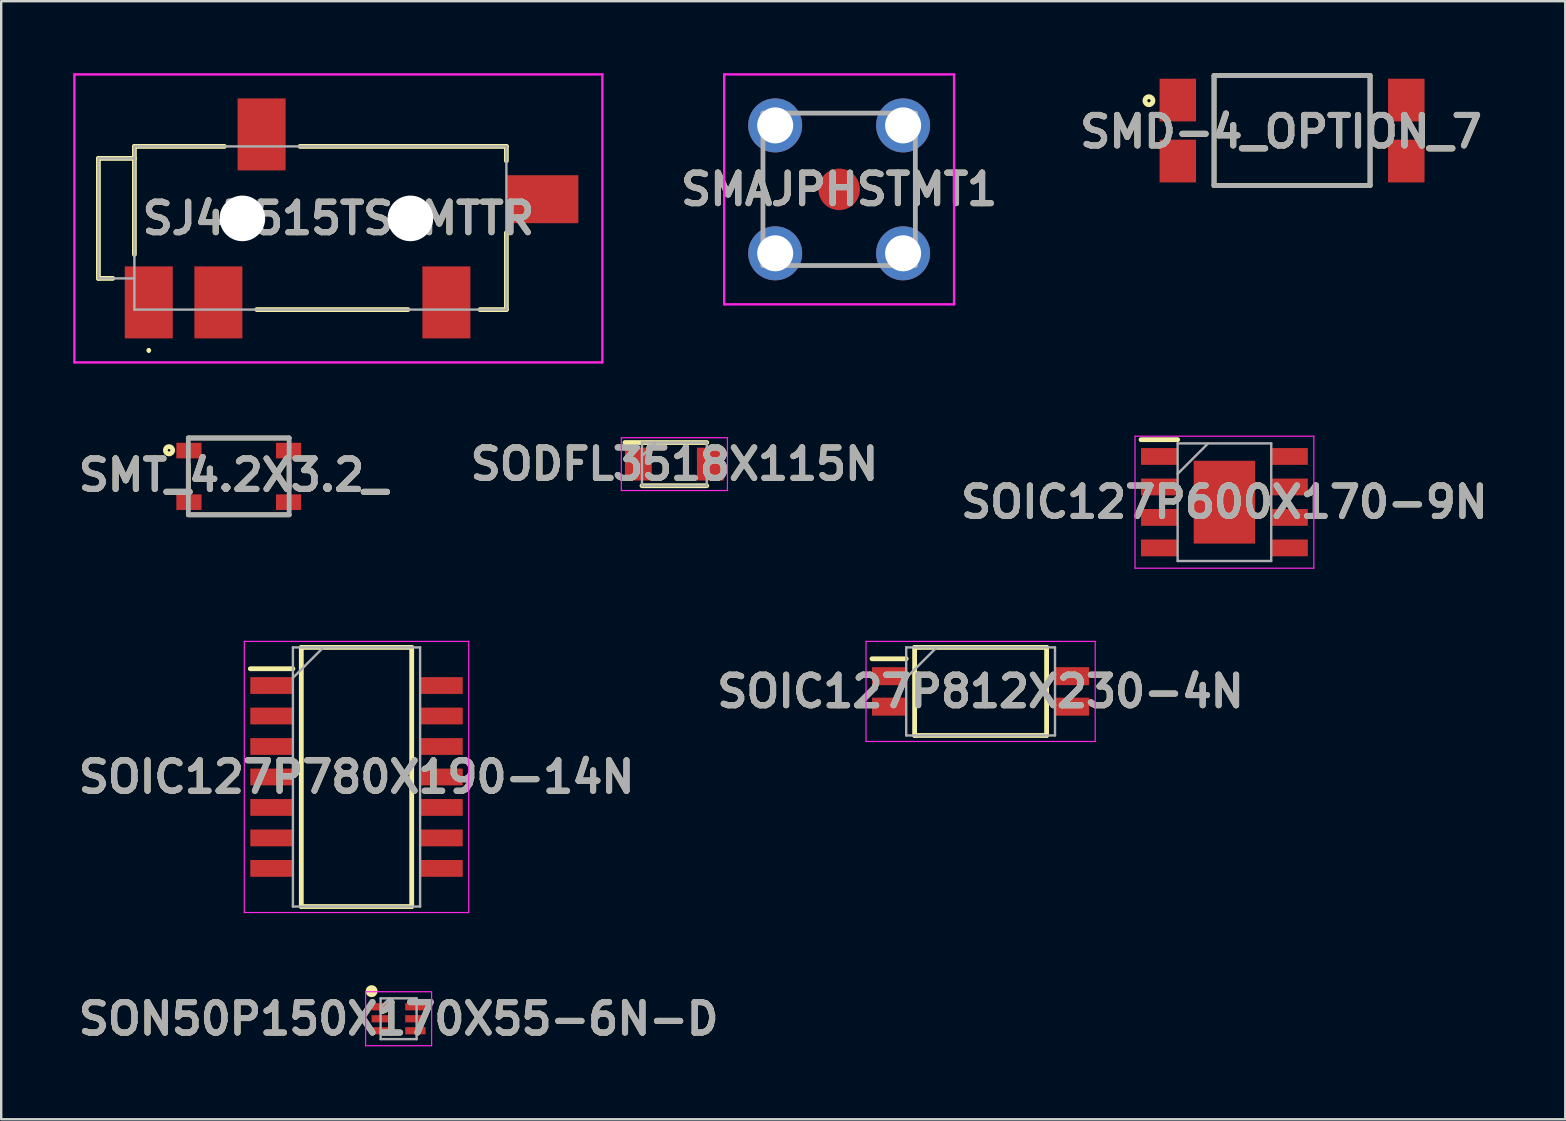
<source format=kicad_pcb>
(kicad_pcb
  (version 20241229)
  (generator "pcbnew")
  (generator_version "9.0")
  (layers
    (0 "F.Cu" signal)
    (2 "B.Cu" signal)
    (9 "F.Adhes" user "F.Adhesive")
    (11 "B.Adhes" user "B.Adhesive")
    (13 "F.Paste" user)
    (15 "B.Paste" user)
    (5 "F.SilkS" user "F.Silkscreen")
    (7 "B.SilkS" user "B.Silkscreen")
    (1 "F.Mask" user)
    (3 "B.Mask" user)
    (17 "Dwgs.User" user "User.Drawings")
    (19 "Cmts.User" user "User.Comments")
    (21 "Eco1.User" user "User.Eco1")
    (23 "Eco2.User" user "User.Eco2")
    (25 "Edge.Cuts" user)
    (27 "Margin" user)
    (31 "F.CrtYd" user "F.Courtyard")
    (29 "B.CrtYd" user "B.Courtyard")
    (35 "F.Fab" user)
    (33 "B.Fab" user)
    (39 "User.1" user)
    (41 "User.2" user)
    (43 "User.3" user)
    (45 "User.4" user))
  (footprint "SODFL3518X115N"
    (layer "F.Cu")
    (at 25.05 16.289)
    (property "Reference" "SODFL3518X115N" (at 0 0 0) (layer "F.SilkS") (effects (font (size 1.27 1.27) (thickness 0.254))))
    (attr smd)
    (fp_line (start -2.06 -0.9) (end 1.35 -0.9) (stroke (width 0.2) (type solid)) (layer "F.SilkS"))
    (fp_line (start -1.35 0.9) (end 1.35 0.9) (stroke (width 0.2) (type solid)) (layer "F.SilkS"))
    (fp_line (start -2.21 -1.1) (end 2.21 -1.1) (stroke (width 0.05) (type solid)) (layer "F.CrtYd"))
    (fp_line (start -2.21 1.1) (end -2.21 -1.1) (stroke (width 0.05) (type solid)) (layer "F.CrtYd"))
    (fp_line (start 2.21 -1.1) (end 2.21 1.1) (stroke (width 0.05) (type solid)) (layer "F.CrtYd"))
    (fp_line (start 2.21 1.1) (end -2.21 1.1) (stroke (width 0.05) (type solid)) (layer "F.CrtYd"))
    (fp_line (start -1.35 -0.9) (end 1.35 -0.9) (stroke (width 0.1) (type solid)) (layer "F.Fab"))
    (fp_line (start -1.35 -0.34) (end -0.79 -0.9) (stroke (width 0.1) (type solid)) (layer "F.Fab"))
    (fp_line (start -1.35 0.9) (end -1.35 -0.9) (stroke (width 0.1) (type solid)) (layer "F.Fab"))
    (fp_line (start 1.35 -0.9) (end 1.35 0.9) (stroke (width 0.1) (type solid)) (layer "F.Fab"))
    (fp_line (start 1.35 0.9) (end -1.35 0.9) (stroke (width 0.1) (type solid)) (layer "F.Fab"))
    (fp_text user "${REFERENCE}" (at 0 0 0) (layer "F.Fab") (effects (font (size 1.27 1.27) (thickness 0.254))))
    (pad "1" smd rect (at -1.5 0) (size 1.12 1.37) (layers "F.Cu" "F.Mask" "F.Paste"))
    (pad "2" smd rect (at 1.5 0) (size 1.12 1.37) (layers "F.Cu" "F.Mask" "F.Paste")))
  (footprint "SOIC127P780X190-14N"
    (layer "F.Cu")
    (at 11.805 29.325)
    (property "Reference" "SOIC127P780X190-14N" (at 0 0 0) (layer "F.SilkS") (effects (font (size 1.27 1.27) (thickness 0.254))))
    (attr smd)
    (fp_line (start -4.425 -4.51) (end -2.65 -4.51) (stroke (width 0.2) (type solid)) (layer "F.SilkS"))
    (fp_line (start -2.3 -5.4) (end 2.3 -5.4) (stroke (width 0.2) (type solid)) (layer "F.SilkS"))
    (fp_line (start -2.3 5.4) (end -2.3 -5.4) (stroke (width 0.2) (type solid)) (layer "F.SilkS"))
    (fp_line (start 2.3 -5.4) (end 2.3 5.4) (stroke (width 0.2) (type solid)) (layer "F.SilkS"))
    (fp_line (start 2.3 5.4) (end -2.3 5.4) (stroke (width 0.2) (type solid)) (layer "F.SilkS"))
    (fp_line (start -4.675 -5.65) (end 4.675 -5.65) (stroke (width 0.05) (type solid)) (layer "F.CrtYd"))
    (fp_line (start -4.675 5.65) (end -4.675 -5.65) (stroke (width 0.05) (type solid)) (layer "F.CrtYd"))
    (fp_line (start 4.675 -5.65) (end 4.675 5.65) (stroke (width 0.05) (type solid)) (layer "F.CrtYd"))
    (fp_line (start 4.675 5.65) (end -4.675 5.65) (stroke (width 0.05) (type solid)) (layer "F.CrtYd"))
    (fp_line (start -2.65 -5.4) (end 2.65 -5.4) (stroke (width 0.1) (type solid)) (layer "F.Fab"))
    (fp_line (start -2.65 -4.13) (end -1.38 -5.4) (stroke (width 0.1) (type solid)) (layer "F.Fab"))
    (fp_line (start -2.65 5.4) (end -2.65 -5.4) (stroke (width 0.1) (type solid)) (layer "F.Fab"))
    (fp_line (start 2.65 -5.4) (end 2.65 5.4) (stroke (width 0.1) (type solid)) (layer "F.Fab"))
    (fp_line (start 2.65 5.4) (end -2.65 5.4) (stroke (width 0.1) (type solid)) (layer "F.Fab"))
    (fp_text user "${REFERENCE}" (at 0 0 0) (layer "F.Fab") (effects (font (size 1.27 1.27) (thickness 0.254))))
    (pad "1" smd rect (at -3.538 -3.81 90) (size 0.7 1.775) (layers "F.Cu" "F.Mask" "F.Paste"))
    (pad "2" smd rect (at -3.538 -2.54 90) (size 0.7 1.775) (layers "F.Cu" "F.Mask" "F.Paste"))
    (pad "3" smd rect (at -3.538 -1.27 90) (size 0.7 1.775) (layers "F.Cu" "F.Mask" "F.Paste"))
    (pad "4" smd rect (at -3.538 0 90) (size 0.7 1.775) (layers "F.Cu" "F.Mask" "F.Paste"))
    (pad "5" smd rect (at -3.538 1.27 90) (size 0.7 1.775) (layers "F.Cu" "F.Mask" "F.Paste"))
    (pad "6" smd rect (at -3.538 2.54 90) (size 0.7 1.775) (layers "F.Cu" "F.Mask" "F.Paste"))
    (pad "7" smd rect (at -3.538 3.81 90) (size 0.7 1.775) (layers "F.Cu" "F.Mask" "F.Paste"))
    (pad "8" smd rect (at 3.538 3.81 90) (size 0.7 1.775) (layers "F.Cu" "F.Mask" "F.Paste"))
    (pad "9" smd rect (at 3.538 2.54 90) (size 0.7 1.775) (layers "F.Cu" "F.Mask" "F.Paste"))
    (pad "10" smd rect (at 3.538 1.27 90) (size 0.7 1.775) (layers "F.Cu" "F.Mask" "F.Paste"))
    (pad "11" smd rect (at 3.538 0 90) (size 0.7 1.775) (layers "F.Cu" "F.Mask" "F.Paste"))
    (pad "12" smd rect (at 3.538 -1.27 90) (size 0.7 1.775) (layers "F.Cu" "F.Mask" "F.Paste"))
    (pad "13" smd rect (at 3.538 -2.54 90) (size 0.7 1.775) (layers "F.Cu" "F.Mask" "F.Paste"))
    (pad "14" smd rect (at 3.538 -3.81 90) (size 0.7 1.775) (layers "F.Cu" "F.Mask" "F.Paste")))
  (footprint "SOIC127P812X230-4N"
    (layer "F.Cu")
    (at 37.81 25.76)
    (property "Reference" "SOIC127P812X230-4N" (at 0 0 0) (layer "F.SilkS") (effects (font (size 1.27 1.27) (thickness 0.254))))
    (attr smd)
    (fp_line (start -4.525 -1.36) (end -3.1 -1.36) (stroke (width 0.2) (type solid)) (layer "F.SilkS"))
    (fp_line (start -2.75 -1.835) (end 2.75 -1.835) (stroke (width 0.2) (type solid)) (layer "F.SilkS"))
    (fp_line (start -2.75 1.835) (end -2.75 -1.835) (stroke (width 0.2) (type solid)) (layer "F.SilkS"))
    (fp_line (start 2.75 -1.835) (end 2.75 1.835) (stroke (width 0.2) (type solid)) (layer "F.SilkS"))
    (fp_line (start 2.75 1.835) (end -2.75 1.835) (stroke (width 0.2) (type solid)) (layer "F.SilkS"))
    (fp_line (start -4.775 -2.085) (end 4.775 -2.085) (stroke (width 0.05) (type solid)) (layer "F.CrtYd"))
    (fp_line (start -4.775 2.085) (end -4.775 -2.085) (stroke (width 0.05) (type solid)) (layer "F.CrtYd"))
    (fp_line (start 4.775 -2.085) (end 4.775 2.085) (stroke (width 0.05) (type solid)) (layer "F.CrtYd"))
    (fp_line (start 4.775 2.085) (end -4.775 2.085) (stroke (width 0.05) (type solid)) (layer "F.CrtYd"))
    (fp_line (start -3.1 -1.835) (end 3.1 -1.835) (stroke (width 0.1) (type solid)) (layer "F.Fab"))
    (fp_line (start -3.1 -0.565) (end -1.83 -1.835) (stroke (width 0.1) (type solid)) (layer "F.Fab"))
    (fp_line (start -3.1 1.835) (end -3.1 -1.835) (stroke (width 0.1) (type solid)) (layer "F.Fab"))
    (fp_line (start 3.1 -1.835) (end 3.1 1.835) (stroke (width 0.1) (type solid)) (layer "F.Fab"))
    (fp_line (start 3.1 1.835) (end -3.1 1.835) (stroke (width 0.1) (type solid)) (layer "F.Fab"))
    (fp_text user "${REFERENCE}" (at 0 0 0) (layer "F.Fab") (effects (font (size 1.27 1.27) (thickness 0.254))))
    (pad "1" smd rect (at -3.812 -0.635 90) (size 0.75 1.425) (layers "F.Cu" "F.Mask" "F.Paste"))
    (pad "2" smd rect (at -3.812 0.635 90) (size 0.75 1.425) (layers "F.Cu" "F.Mask" "F.Paste"))
    (pad "3" smd rect (at 3.812 0.635 90) (size 0.75 1.425) (layers "F.Cu" "F.Mask" "F.Paste"))
    (pad "4" smd rect (at 3.812 -0.635 90) (size 0.75 1.425) (layers "F.Cu" "F.Mask" "F.Paste")))
  (footprint "SOIC127P600X170-9N"
    (layer "F.Cu")
    (at 47.97 17.875)
    (property "Reference" "SOIC127P600X170-9N" (at 0 0 0) (layer "F.SilkS") (effects (font (size 1.27 1.27) (thickness 0.254))))
    (attr smd)
    (fp_line (start -3.475 -2.605) (end -1.95 -2.605) (stroke (width 0.2) (type solid)) (layer "F.SilkS"))
    (fp_line (start -3.725 -2.75) (end 3.725 -2.75) (stroke (width 0.05) (type solid)) (layer "F.CrtYd"))
    (fp_line (start -3.725 2.75) (end -3.725 -2.75) (stroke (width 0.05) (type solid)) (layer "F.CrtYd"))
    (fp_line (start 3.725 -2.75) (end 3.725 2.75) (stroke (width 0.05) (type solid)) (layer "F.CrtYd"))
    (fp_line (start 3.725 2.75) (end -3.725 2.75) (stroke (width 0.05) (type solid)) (layer "F.CrtYd"))
    (fp_line (start -1.95 -2.45) (end 1.95 -2.45) (stroke (width 0.1) (type solid)) (layer "F.Fab"))
    (fp_line (start -1.95 -1.18) (end -0.68 -2.45) (stroke (width 0.1) (type solid)) (layer "F.Fab"))
    (fp_line (start -1.95 2.45) (end -1.95 -2.45) (stroke (width 0.1) (type solid)) (layer "F.Fab"))
    (fp_line (start 1.95 -2.45) (end 1.95 2.45) (stroke (width 0.1) (type solid)) (layer "F.Fab"))
    (fp_line (start 1.95 2.45) (end -1.95 2.45) (stroke (width 0.1) (type solid)) (layer "F.Fab"))
    (fp_text user "${REFERENCE}" (at 0 0 0) (layer "F.Fab") (effects (font (size 1.27 1.27) (thickness 0.254))))
    (pad "1" smd rect (at -2.712 -1.905 90) (size 0.7 1.525) (layers "F.Cu" "F.Mask" "F.Paste"))
    (pad "2" smd rect (at -2.712 -0.635 90) (size 0.7 1.525) (layers "F.Cu" "F.Mask" "F.Paste"))
    (pad "3" smd rect (at -2.712 0.635 90) (size 0.7 1.525) (layers "F.Cu" "F.Mask" "F.Paste"))
    (pad "4" smd rect (at -2.712 1.905 90) (size 0.7 1.525) (layers "F.Cu" "F.Mask" "F.Paste"))
    (pad "5" smd rect (at 2.712 1.905 90) (size 0.7 1.525) (layers "F.Cu" "F.Mask" "F.Paste"))
    (pad "6" smd rect (at 2.712 0.635 90) (size 0.7 1.525) (layers "F.Cu" "F.Mask" "F.Paste"))
    (pad "7" smd rect (at 2.712 -0.635 90) (size 0.7 1.525) (layers "F.Cu" "F.Mask" "F.Paste"))
    (pad "8" smd rect (at 2.712 -1.905 90) (size 0.7 1.525) (layers "F.Cu" "F.Mask" "F.Paste"))
    (pad "9" smd rect (at 0 0) (size 2.56 3.45) (layers "F.Cu" "F.Mask" "F.Paste")))
  (footprint "SJ43515TSSMTTR"
    (layer "F.Cu")
    (at 11.05 6.05)
    (property "Reference" "SJ43515TSSMTTR" (at 0 0 0) (layer "F.SilkS") (effects (font (size 1.27 1.27) (thickness 0.254))))
    (attr through_hole)
    (fp_line (start -10 -2.5) (end -8.5 -2.5) (stroke (width 0.2) (type solid)) (layer "F.SilkS"))
    (fp_line (start -10 2.5) (end -10 -2.5) (stroke (width 0.2) (type solid)) (layer "F.SilkS"))
    (fp_line (start -9.4 2.5) (end -10 2.5) (stroke (width 0.2) (type solid)) (layer "F.SilkS"))
    (fp_line (start -8.5 -3) (end -4.75 -3) (stroke (width 0.2) (type solid)) (layer "F.SilkS"))
    (fp_line (start -8.5 1.5) (end -8.5 -3) (stroke (width 0.2) (type solid)) (layer "F.SilkS"))
    (fp_line (start -7.9 5.45) (end -7.9 5.45) (stroke (width 0.1) (type solid)) (layer "F.SilkS"))
    (fp_line (start -7.9 5.55) (end -7.9 5.55) (stroke (width 0.1) (type solid)) (layer "F.SilkS"))
    (fp_line (start -3.4 3.8) (end 2.9 3.8) (stroke (width 0.2) (type solid)) (layer "F.SilkS"))
    (fp_line (start -1.6 -3) (end 7 -3) (stroke (width 0.2) (type solid)) (layer "F.SilkS"))
    (fp_line (start 7 -3) (end 7 -2.4) (stroke (width 0.2) (type solid)) (layer "F.SilkS"))
    (fp_line (start 7 0.6) (end 7 3.8) (stroke (width 0.2) (type solid)) (layer "F.SilkS"))
    (fp_line (start 7 3.8) (end 5.9 3.8) (stroke (width 0.2) (type solid)) (layer "F.SilkS"))
    (fp_arc (start -7.9 5.45) (mid -7.85 5.5) (end -7.9 5.55) (stroke (width 0.1) (type solid)) (layer "F.SilkS"))
    (fp_arc (start -7.9 5.55) (mid -7.95 5.5) (end -7.9 5.45) (stroke (width 0.1) (type solid)) (layer "F.SilkS"))
    (fp_line (start -11 -6) (end 11 -6) (stroke (width 0.1) (type solid)) (layer "F.CrtYd"))
    (fp_line (start -11 6) (end -11 -6) (stroke (width 0.1) (type solid)) (layer "F.CrtYd"))
    (fp_line (start 11 -6) (end 11 6) (stroke (width 0.1) (type solid)) (layer "F.CrtYd"))
    (fp_line (start 11 6) (end -11 6) (stroke (width 0.1) (type solid)) (layer "F.CrtYd"))
    (fp_line (start -10 -2.5) (end -8.5 -2.5) (stroke (width 0.1) (type solid)) (layer "F.Fab"))
    (fp_line (start -10 2.5) (end -10 -2.5) (stroke (width 0.1) (type solid)) (layer "F.Fab"))
    (fp_line (start -8.5 -3) (end 7 -3) (stroke (width 0.1) (type solid)) (layer "F.Fab"))
    (fp_line (start -8.5 2.5) (end -10 2.5) (stroke (width 0.1) (type solid)) (layer "F.Fab"))
    (fp_line (start -8.5 3.8) (end -8.5 -3) (stroke (width 0.1) (type solid)) (layer "F.Fab"))
    (fp_line (start 7 -3) (end 7 3.8) (stroke (width 0.1) (type solid)) (layer "F.Fab"))
    (fp_line (start 7 3.8) (end -8.5 3.8) (stroke (width 0.1) (type solid)) (layer "F.Fab"))
    (fp_text user "${REFERENCE}" (at 0 0 0) (layer "F.Fab") (effects (font (size 1.27 1.27) (thickness 0.254))))
    (pad "" np_thru_hole circle (at -4 0) (size 1.9 1.9) (drill 1.9) (layers "*.Cu" "*.Mask"))
    (pad "" np_thru_hole circle (at 3 0) (size 1.9 1.9) (drill 1.9) (layers "*.Cu" "*.Mask"))
    (pad "1" smd rect (at -7.9 3.5) (size 2 3) (layers "F.Cu" "F.Mask" "F.Paste"))
    (pad "2" smd rect (at 4.5 3.5) (size 2 3) (layers "F.Cu" "F.Mask" "F.Paste"))
    (pad "3" smd rect (at -3.2 -3.5) (size 2 3) (layers "F.Cu" "F.Mask" "F.Paste"))
    (pad "4" smd rect (at -5 3.5) (size 2 3) (layers "F.Cu" "F.Mask" "F.Paste"))
    (pad "5" smd rect (at 8.5 -0.8 90) (size 2 3) (layers "F.Cu" "F.Mask" "F.Paste")))
  (footprint "SMT_4.2X3.2_"
    (layer "F.Cu")
    (at 6.898 16.8)
    (property "Reference" "SMT_4.2X3.2_" (at -0.233 -0.051 0) (layer "F.SilkS") (effects (font (size 1.27 1.27) (thickness 0.254))))
    (attr smd)
    (fp_line (start -2.1 -1.6) (end 2.1 -1.6) (stroke (width 0.2) (type solid)) (layer "F.SilkS"))
    (fp_line (start -2.1 -0.5) (end -2.1 0.5) (stroke (width 0.2) (type solid)) (layer "F.SilkS"))
    (fp_line (start 2.1 -0.5) (end 2.1 0.5) (stroke (width 0.2) (type solid)) (layer "F.SilkS"))
    (fp_line (start 2.1 1.6) (end -2.1 1.6) (stroke (width 0.2) (type solid)) (layer "F.SilkS"))
    (fp_circle (center -2.906 -1.089) (end -2.906 -1.036) (stroke (width 0.2) (type solid)) (fill no) (layer "F.SilkS"))
    (fp_line (start -2.1 -1.6) (end 2.1 -1.6) (stroke (width 0.2) (type solid)) (layer "F.Fab"))
    (fp_line (start -2.1 1.6) (end -2.1 -1.6) (stroke (width 0.2) (type solid)) (layer "F.Fab"))
    (fp_line (start 2.1 -1.6) (end 2.1 1.6) (stroke (width 0.2) (type solid)) (layer "F.Fab"))
    (fp_line (start 2.1 1.6) (end -2.1 1.6) (stroke (width 0.2) (type solid)) (layer "F.Fab"))
    (fp_text user "${REFERENCE}" (at -0.233 -0.051 0) (layer "F.Fab") (effects (font (size 1.27 1.27) (thickness 0.254))))
    (pad "1" smd rect (at -2.075 -1.075 90) (size 0.65 1.05) (layers "F.Cu" "F.Mask" "F.Paste"))
    (pad "2" smd rect (at 2.075 -1.075 90) (size 0.65 1.05) (layers "F.Cu" "F.Mask" "F.Paste"))
    (pad "3" smd rect (at -2.075 1.075 90) (size 0.65 1.05) (layers "F.Cu" "F.Mask" "F.Paste"))
    (pad "4" smd rect (at 2.075 1.075 90) (size 0.65 1.05) (layers "F.Cu" "F.Mask" "F.Paste")))
  (footprint "SMAJPHSTMT1"
    (layer "F.Cu")
    (at 31.916 4.84)
    (property "Reference" "SMAJPHSTMT1" (at 0 0 0) (layer "F.SilkS") (effects (font (size 1.27 1.27) (thickness 0.254))))
    (attr through_hole)
    (fp_line (start -3.175 -1.4) (end -3.175 1.4) (stroke (width 0.1) (type solid)) (layer "F.SilkS"))
    (fp_line (start -1.4 -3.175) (end 1.4 -3.175) (stroke (width 0.1) (type solid)) (layer "F.SilkS"))
    (fp_line (start -1.4 3.175) (end 1.4 3.175) (stroke (width 0.1) (type solid)) (layer "F.SilkS"))
    (fp_line (start 3.2 1.4) (end 3.175 -1.4) (stroke (width 0.1) (type solid)) (layer "F.SilkS"))
    (fp_line (start -4.79 -4.79) (end 4.79 -4.79) (stroke (width 0.1) (type solid)) (layer "F.CrtYd"))
    (fp_line (start -4.79 4.79) (end -4.79 -4.79) (stroke (width 0.1) (type solid)) (layer "F.CrtYd"))
    (fp_line (start 4.79 -4.79) (end 4.79 4.79) (stroke (width 0.1) (type solid)) (layer "F.CrtYd"))
    (fp_line (start 4.79 4.79) (end -4.79 4.79) (stroke (width 0.1) (type solid)) (layer "F.CrtYd"))
    (fp_line (start -3.175 -3.175) (end 3.175 -3.175) (stroke (width 0.2) (type solid)) (layer "F.Fab"))
    (fp_line (start -3.175 3.175) (end -3.175 -3.175) (stroke (width 0.2) (type solid)) (layer "F.Fab"))
    (fp_line (start 3.175 -3.175) (end 3.175 3.175) (stroke (width 0.2) (type solid)) (layer "F.Fab"))
    (fp_line (start 3.175 3.175) (end -3.175 3.175) (stroke (width 0.2) (type solid)) (layer "F.Fab"))
    (fp_text user "${REFERENCE}" (at 0 0 0) (layer "F.Fab") (effects (font (size 1.27 1.27) (thickness 0.254))))
    (pad "1" smd circle (at 0 0 90) (size 1.73 1.73) (layers "F.Cu" "F.Mask" "F.Paste"))
    (pad "2" thru_hole circle (at -2.665 2.665) (size 2.25 2.25) (drill 1.5) (layers "*.Cu" "*.Mask"))
    (pad "3" thru_hole circle (at -2.665 -2.665) (size 2.25 2.25) (drill 1.5) (layers "*.Cu" "*.Mask"))
    (pad "4" thru_hole circle (at 2.665 2.665) (size 2.25 2.25) (drill 1.5) (layers "*.Cu" "*.Mask"))
    (pad "5" thru_hole circle (at 2.665 -2.665) (size 2.25 2.25) (drill 1.5) (layers "*.Cu" "*.Mask")))
  (footprint "SON50P150X170X55-6N-D"
    (layer "F.Cu")
    (at 13.559 39.4)
    (property "Reference" "SON50P150X170X55-6N-D" (at 0 0 0) (layer "F.SilkS") (effects (font (size 1.27 1.27) (thickness 0.254))))
    (attr smd)
    (fp_circle (center -1.125 -1.15) (end -1.125 -1.025) (stroke (width 0.25) (type solid)) (fill no) (layer "F.SilkS"))
    (fp_line (start -1.375 -1.125) (end 1.375 -1.125) (stroke (width 0.05) (type solid)) (layer "F.CrtYd"))
    (fp_line (start -1.375 1.125) (end -1.375 -1.125) (stroke (width 0.05) (type solid)) (layer "F.CrtYd"))
    (fp_line (start 1.375 -1.125) (end 1.375 1.125) (stroke (width 0.05) (type solid)) (layer "F.CrtYd"))
    (fp_line (start 1.375 1.125) (end -1.375 1.125) (stroke (width 0.05) (type solid)) (layer "F.CrtYd"))
    (fp_line (start -0.75 -0.85) (end 0.75 -0.85) (stroke (width 0.1) (type solid)) (layer "F.Fab"))
    (fp_line (start -0.75 -0.475) (end -0.375 -0.85) (stroke (width 0.1) (type solid)) (layer "F.Fab"))
    (fp_line (start -0.75 0.85) (end -0.75 -0.85) (stroke (width 0.1) (type solid)) (layer "F.Fab"))
    (fp_line (start 0.75 -0.85) (end 0.75 0.85) (stroke (width 0.1) (type solid)) (layer "F.Fab"))
    (fp_line (start 0.75 0.85) (end -0.75 0.85) (stroke (width 0.1) (type solid)) (layer "F.Fab"))
    (fp_text user "${REFERENCE}" (at 0 0 0) (layer "F.Fab") (effects (font (size 1.27 1.27) (thickness 0.254))))
    (pad "1" smd rect (at -0.7 -0.5 90) (size 0.3 0.85) (layers "F.Cu" "F.Mask" "F.Paste"))
    (pad "2" smd rect (at -0.7 0 90) (size 0.3 0.85) (layers "F.Cu" "F.Mask" "F.Paste"))
    (pad "3" smd rect (at -0.7 0.5 90) (size 0.3 0.85) (layers "F.Cu" "F.Mask" "F.Paste"))
    (pad "4" smd rect (at 0.7 0.5 90) (size 0.3 0.85) (layers "F.Cu" "F.Mask" "F.Paste"))
    (pad "5" smd rect (at 0.7 0 90) (size 0.3 0.85) (layers "F.Cu" "F.Mask" "F.Paste"))
    (pad "6" smd rect (at 0.7 -0.5 90) (size 0.3 0.85) (layers "F.Cu" "F.Mask" "F.Paste")))
  (footprint "SMD-4_OPTION_7"
    (layer "F.Cu")
    (at 50.788 2.39)
    (property "Reference" "SMD-4_OPTION_7" (at -0.457 0.046 0) (layer "F.SilkS") (effects (font (size 1.27 1.27) (thickness 0.254))))
    (attr smd)
    (fp_line (start -3.25 -2.29) (end -3.25 2.29) (stroke (width 0.2) (type solid)) (layer "F.SilkS"))
    (fp_line (start -3.25 2.29) (end 3.25 2.29) (stroke (width 0.2) (type solid)) (layer "F.SilkS"))
    (fp_line (start 3.25 -2.29) (end -3.25 -2.29) (stroke (width 0.2) (type solid)) (layer "F.SilkS"))
    (fp_line (start 3.25 2.29) (end 3.25 -2.29) (stroke (width 0.2) (type solid)) (layer "F.SilkS"))
    (fp_circle (center -5.964 -1.244) (end -5.964 -1.177) (stroke (width 0.2) (type solid)) (fill no) (layer "F.SilkS"))
    (fp_line (start -3.25 -2.29) (end 3.25 -2.29) (stroke (width 0.2) (type solid)) (layer "F.Fab"))
    (fp_line (start -3.25 2.29) (end -3.25 -2.29) (stroke (width 0.2) (type solid)) (layer "F.Fab"))
    (fp_line (start 3.25 -2.29) (end 3.25 2.29) (stroke (width 0.2) (type solid)) (layer "F.Fab"))
    (fp_line (start 3.25 2.29) (end -3.25 2.29) (stroke (width 0.2) (type solid)) (layer "F.Fab"))
    (fp_text user "${REFERENCE}" (at -0.457 0.046 0) (layer "F.Fab") (effects (font (size 1.27 1.27) (thickness 0.254))))
    (pad "1" smd rect (at -4.76 -1.27) (size 1.52 1.78) (layers "F.Cu" "F.Mask" "F.Paste"))
    (pad "2" smd rect (at -4.76 1.27) (size 1.52 1.78) (layers "F.Cu" "F.Mask" "F.Paste"))
    (pad "3" smd rect (at 4.76 1.27) (size 1.52 1.78) (layers "F.Cu" "F.Mask" "F.Paste"))
    (pad "4" smd rect (at 4.76 -1.27) (size 1.52 1.78) (layers "F.Cu" "F.Mask" "F.Paste")))
  (gr_rect
    (start -3 -3)
    (end 62.171 43.589)
    (stroke (width 0.1) (type default))
    (fill no)
    (layer "Edge.Cuts")))
</source>
